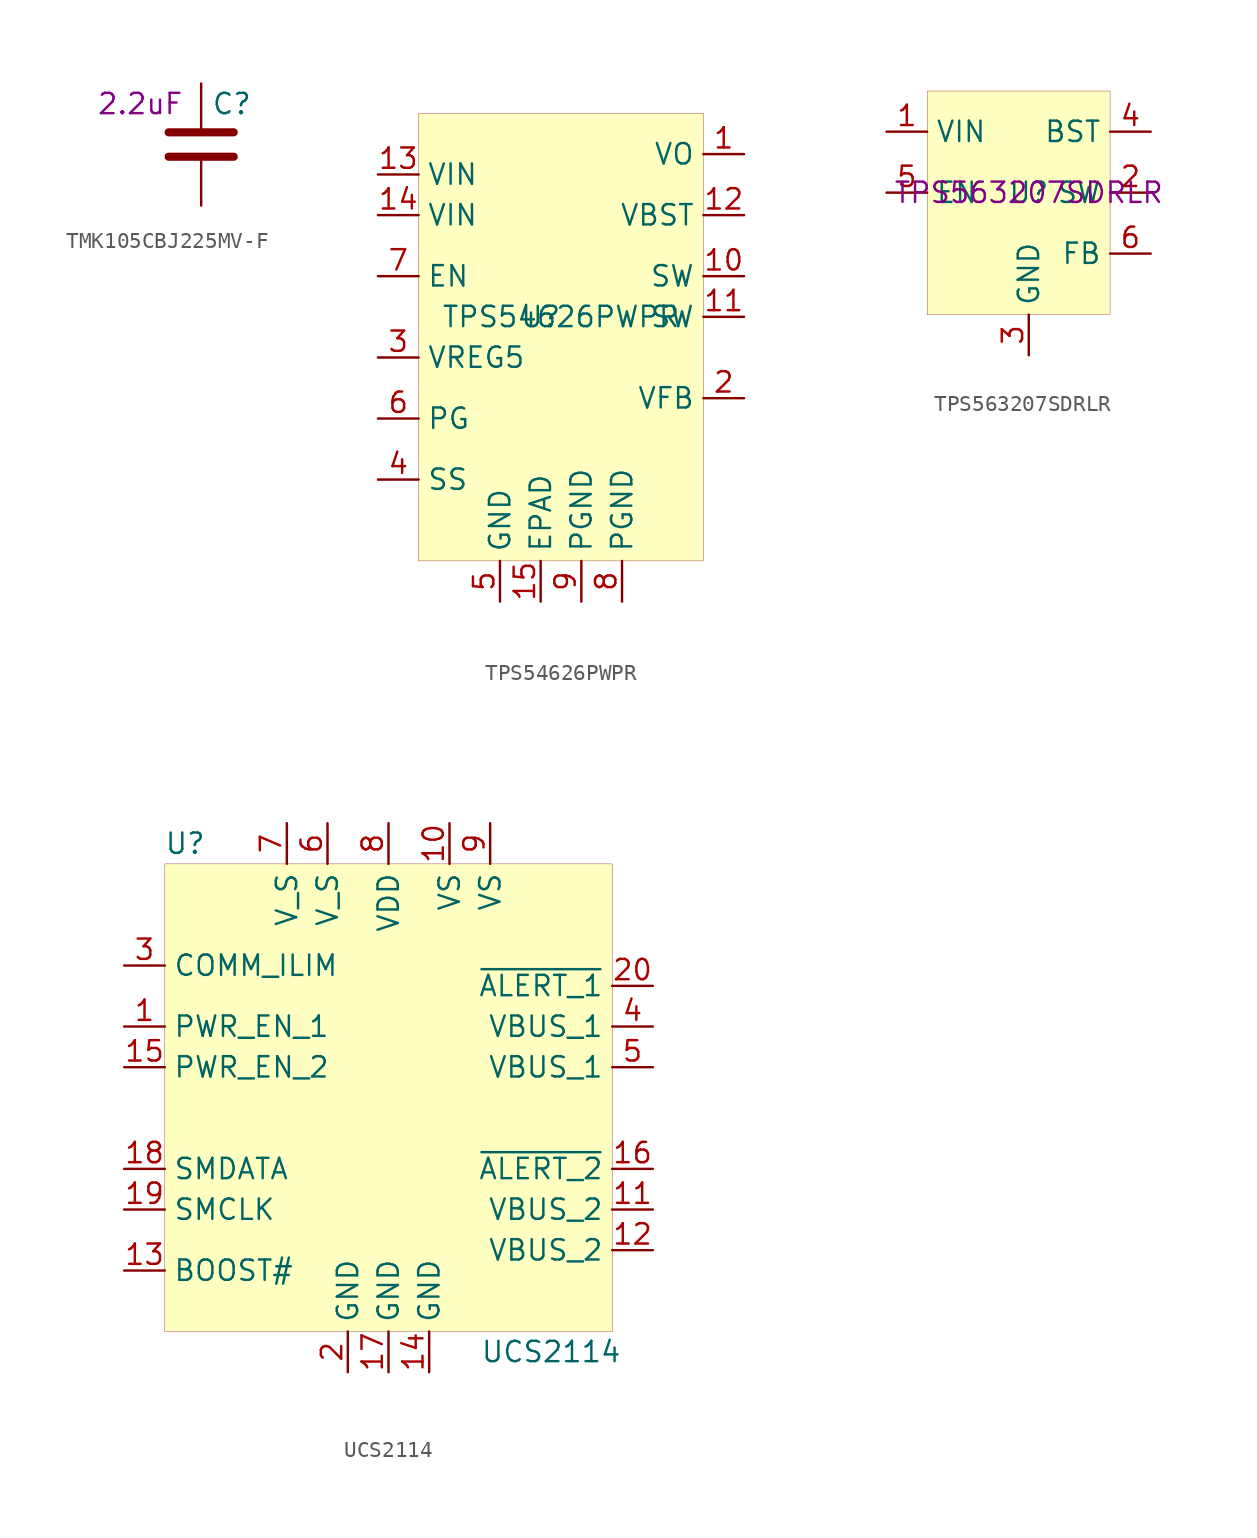
<source format=kicad_sym>
(kicad_symbol_lib
  (version 20201005)
  (generator kicad_symbol_editor)
  (symbol "mte_usb_hub:TMK105CBJ225MV-F"
    (pin_numbers hide)
    (pin_names
      (offset 0.254))
    (property "Reference" "C"
      (at 0.635 2.54 0)
      (effects (font (size 1.27 1.27)) (justify left)))
    (property "id" "2.2uF"
      (at -3.81 2.54 0)
      (effects (font (size 1.27 1.27))))
    (symbol "TMK105CBJ225MV-F_0_1"
      (polyline (pts (xy -2.032 -0.762) (xy 2.032 -0.762)) (stroke (width 0.508)) (fill (type none)))
      (polyline (pts (xy -2.032 0.762) (xy 2.032 0.762)) (stroke (width 0.508)) (fill (type none))))
    (symbol "TMK105CBJ225MV-F_1_1"
      (pin passive line (at 0 3.81 270) (length 2.794) (name "~" (effects (font (size 1.27 1.27)))) (number "1" (effects (font (size 1.27 1.27)))))
      (pin passive line (at 0 -3.81 90) (length 2.794) (name "~" (effects (font (size 1.27 1.27)))) (number "2" (effects (font (size 1.27 1.27)))))))
  (symbol "mte_usb_hub:TPS54626PWPR"
    (property "Reference" "U"
      (at -1.27 0 0)
      (effects (font (size 1.27 1.27))))
    (property "Value" "TPS54626PWPR"
      (at 0 0 0)
      (effects (font (size 1.27 1.27))))
    (symbol "TPS54626PWPR_0_1"
      (rectangle (start -8.89 12.7) (end 8.89 -15.24) (stroke (width 0.001)) (fill (type background))))
    (symbol "TPS54626PWPR_1_1"
      (pin passive line (at 11.43 10.16 180) (length 2.54) (name "VO" (effects (font (size 1.27 1.27)))) (number "1" (effects (font (size 1.27 1.27)))))
      (pin power_out line (at 11.43 2.54 180) (length 2.54) (name "SW" (effects (font (size 1.27 1.27)))) (number "10" (effects (font (size 1.27 1.27)))))
      (pin passive line (at 11.43 0 180) (length 2.54) (name "SW" (effects (font (size 1.27 1.27)))) (number "11" (effects (font (size 1.27 1.27)))))
      (pin input line (at 11.43 6.35 180) (length 2.54) (name "VBST" (effects (font (size 1.27 1.27)))) (number "12" (effects (font (size 1.27 1.27)))))
      (pin power_in line (at -11.43 8.89 0) (length 2.54) (name "VIN" (effects (font (size 1.27 1.27)))) (number "13" (effects (font (size 1.27 1.27)))))
      (pin power_in line (at -11.43 6.35 0) (length 2.54) (name "VIN" (effects (font (size 1.27 1.27)))) (number "14" (effects (font (size 1.27 1.27)))))
      (pin power_in line (at -1.27 -17.78 90) (length 2.54) (name "EPAD" (effects (font (size 1.27 1.27)))) (number "15" (effects (font (size 1.27 1.27)))))
      (pin input line (at 11.43 -5.08 180) (length 2.54) (name "VFB" (effects (font (size 1.27 1.27)))) (number "2" (effects (font (size 1.27 1.27)))))
      (pin power_out line (at -11.43 -2.54 0) (length 2.54) (name "VREG5" (effects (font (size 1.27 1.27)))) (number "3" (effects (font (size 1.27 1.27)))))
      (pin input line (at -11.43 -10.16 0) (length 2.54) (name "SS" (effects (font (size 1.27 1.27)))) (number "4" (effects (font (size 1.27 1.27)))))
      (pin power_in line (at -3.81 -17.78 90) (length 2.54) (name "GND" (effects (font (size 1.27 1.27)))) (number "5" (effects (font (size 1.27 1.27)))))
      (pin output line (at -11.43 -6.35 0) (length 2.54) (name "PG" (effects (font (size 1.27 1.27)))) (number "6" (effects (font (size 1.27 1.27)))))
      (pin input line (at -11.43 2.54 0) (length 2.54) (name "EN" (effects (font (size 1.27 1.27)))) (number "7" (effects (font (size 1.27 1.27)))))
      (pin power_in line (at 3.81 -17.78 90) (length 2.54) (name "PGND" (effects (font (size 1.27 1.27)))) (number "8" (effects (font (size 1.27 1.27)))))
      (pin power_in line (at 1.27 -17.78 90) (length 2.54) (name "PGND" (effects (font (size 1.27 1.27)))) (number "9" (effects (font (size 1.27 1.27)))))))
  (symbol "mte_usb_hub:TPS563207SDRLR"
    (property "Reference" "U"
      (at 0 0 0)
      (effects (font (size 1.27 1.27))))
    (property "id" "TPS563207SDRLR"
      (at 0 0 0)
      (effects (font (size 1.27 1.27))))
    (symbol "TPS563207SDRLR_0_1"
      (rectangle (start -6.35 6.35) (end 5.08 -7.62) (stroke (width 0.001)) (fill (type background))))
    (symbol "TPS563207SDRLR_1_1"
      (pin power_in line (at -8.89 3.81 0) (length 2.54) (name "VIN" (effects (font (size 1.27 1.27)))) (number "1" (effects (font (size 1.27 1.27)))))
      (pin power_out line (at 7.62 0 180) (length 2.54) (name "SW" (effects (font (size 1.27 1.27)))) (number "2" (effects (font (size 1.27 1.27)))))
      (pin power_in line (at 0 -10.16 90) (length 2.54) (name "GND" (effects (font (size 1.27 1.27)))) (number "3" (effects (font (size 1.27 1.27)))))
      (pin output line (at 7.62 3.81 180) (length 2.54) (name "BST" (effects (font (size 1.27 1.27)))) (number "4" (effects (font (size 1.27 1.27)))))
      (pin input line (at -8.89 0 0) (length 2.54) (name "EN" (effects (font (size 1.27 1.27)))) (number "5" (effects (font (size 1.27 1.27)))))
      (pin input line (at 7.62 -3.81 180) (length 2.54) (name "FB" (effects (font (size 1.27 1.27)))) (number "6" (effects (font (size 1.27 1.27)))))))
  (symbol "mte_usb_hub:UCS2114"
    (property "Reference" "U"
      (at -12.7 16.51 0)
      (effects (font (size 1.27 1.27))))
    (property "Value" "UCS2114"
      (at 10.16 -15.24 0)
      (effects (font (size 1.27 1.27))))
    (symbol "UCS2114_0_1"
      (rectangle (start -13.97 15.24) (end 13.97 -13.97) (stroke (width 0.001)) (fill (type background))))
    (symbol "UCS2114_1_0"
      (pin input line (at -16.51 5.08 0) (length 2.54) (name "PWR_EN_1" (effects (font (size 1.27 1.27)))) (number "1" (effects (font (size 1.27 1.27)))))
      (pin power_in line (at 3.81 17.78 270) (length 2.54) (name "VS" (effects (font (size 1.27 1.27)))) (number "10" (effects (font (size 1.27 1.27)))))
      (pin power_out line (at 16.51 -6.35 180) (length 2.54) (name "VBUS_2" (effects (font (size 1.27 1.27)))) (number "11" (effects (font (size 1.27 1.27)))))
      (pin passive line (at 16.51 -8.89 180) (length 2.54) (name "VBUS_2" (effects (font (size 1.27 1.27)))) (number "12" (effects (font (size 1.27 1.27)))))
      (pin passive line (at -16.51 -10.16 0) (length 2.54) (name "BOOST#" (effects (font (size 1.27 1.27)))) (number "13" (effects (font (size 1.27 1.27)))))
      (pin power_in line (at 2.54 -16.51 90) (length 2.54) (name "GND" (effects (font (size 1.27 1.27)))) (number "14" (effects (font (size 1.27 1.27)))))
      (pin input line (at -16.51 2.54 0) (length 2.54) (name "PWR_EN_2" (effects (font (size 1.27 1.27)))) (number "15" (effects (font (size 1.27 1.27)))))
      (pin open_collector line (at 16.51 -3.81 180) (length 2.54) (name "~ALERT_2" (effects (font (size 1.27 1.27)))) (number "16" (effects (font (size 1.27 1.27)))))
      (pin power_in line (at 0 -16.51 90) (length 2.54) (name "GND" (effects (font (size 1.27 1.27)))) (number "17" (effects (font (size 1.27 1.27)))))
      (pin open_collector line (at -16.51 -3.81 0) (length 2.54) (name "SMDATA" (effects (font (size 1.27 1.27)))) (number "18" (effects (font (size 1.27 1.27)))))
      (pin input line (at -16.51 -6.35 0) (length 2.54) (name "SMCLK" (effects (font (size 1.27 1.27)))) (number "19" (effects (font (size 1.27 1.27)))))
      (pin power_in line (at -2.54 -16.51 90) (length 2.54) (name "GND" (effects (font (size 1.27 1.27)))) (number "2" (effects (font (size 1.27 1.27)))))
      (pin open_collector line (at 16.51 7.62 180) (length 2.54) (name "~ALERT_1" (effects (font (size 1.27 1.27)))) (number "20" (effects (font (size 1.27 1.27)))))
      (pin input line (at -16.51 8.89 0) (length 2.54) (name "COMM_ILIM" (effects (font (size 1.27 1.27)))) (number "3" (effects (font (size 1.27 1.27)))))
      (pin power_out line (at 16.51 5.08 180) (length 2.54) (name "VBUS_1" (effects (font (size 1.27 1.27)))) (number "4" (effects (font (size 1.27 1.27)))))
      (pin passive line (at 16.51 2.54 180) (length 2.54) (name "VBUS_1" (effects (font (size 1.27 1.27)))) (number "5" (effects (font (size 1.27 1.27)))))
      (pin power_in line (at -3.81 17.78 270) (length 2.54) (name "V_S" (effects (font (size 1.27 1.27)))) (number "6" (effects (font (size 1.27 1.27)))))
      (pin power_in line (at -6.35 17.78 270) (length 2.54) (name "V_S" (effects (font (size 1.27 1.27)))) (number "7" (effects (font (size 1.27 1.27)))))
      (pin power_in line (at 0 17.78 270) (length 2.54) (name "VDD" (effects (font (size 1.27 1.27)))) (number "8" (effects (font (size 1.27 1.27)))))
      (pin power_in line (at 6.35 17.78 270) (length 2.54) (name "VS" (effects (font (size 1.27 1.27)))) (number "9" (effects (font (size 1.27 1.27))))))))
</source>
